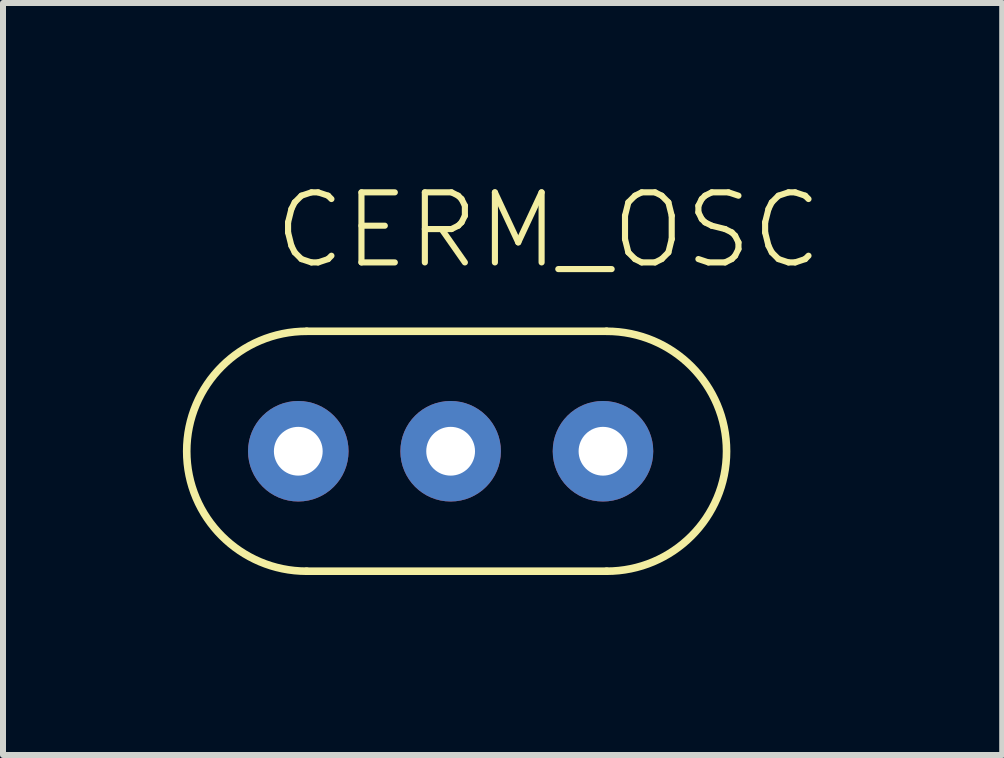
<source format=kicad_pcb>
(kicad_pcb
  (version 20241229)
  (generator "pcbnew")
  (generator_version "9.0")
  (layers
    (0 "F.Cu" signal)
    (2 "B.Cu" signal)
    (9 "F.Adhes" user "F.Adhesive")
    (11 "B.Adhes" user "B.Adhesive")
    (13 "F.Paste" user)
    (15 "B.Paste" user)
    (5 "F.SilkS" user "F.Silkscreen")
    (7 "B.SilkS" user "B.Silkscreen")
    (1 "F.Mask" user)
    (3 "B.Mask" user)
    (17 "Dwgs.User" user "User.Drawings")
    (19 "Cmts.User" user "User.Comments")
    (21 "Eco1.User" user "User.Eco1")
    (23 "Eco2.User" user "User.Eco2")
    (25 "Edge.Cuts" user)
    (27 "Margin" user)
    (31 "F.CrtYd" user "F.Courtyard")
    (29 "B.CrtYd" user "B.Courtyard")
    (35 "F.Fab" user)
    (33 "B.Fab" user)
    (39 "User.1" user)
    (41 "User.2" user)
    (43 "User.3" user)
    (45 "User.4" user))
  (footprint "CERM_OSC"
    (layer "F.Cu")
    (at 4.463 4.473)
    (property "Reference" "CERM_OSC" (at -3 -3 0) (unlocked yes) (layer "F.SilkS") (effects (font (size 1.168 1.168) (thickness 0.102)) (justify left bottom)))
    (fp_line (start -2.4 -2) (end 2.6 -2) (stroke (width 0.127) (type solid)) (layer "F.SilkS"))
    (fp_line (start 2.6 2) (end -2.4 2) (stroke (width 0.127) (type solid)) (layer "F.SilkS"))
    (fp_arc (start -2.4 2) (mid -4.4 0) (end -2.4 -2) (stroke (width 0.127) (type solid)) (layer "F.SilkS"))
    (fp_arc (start 2.6 -2) (mid 4.6 0) (end 2.6 2) (stroke (width 0.127) (type solid)) (layer "F.SilkS"))
    (pad "P$1" thru_hole circle (at -2.54 0) (size 1.676 1.676) (drill 0.813) (layers "*.Cu" "*.Mask"))
    (pad "P$2" thru_hole circle (at 0 0) (size 1.676 1.676) (drill 0.813) (layers "*.Cu" "*.Mask"))
    (pad "P$3" thru_hole circle (at 2.54 0) (size 1.676 1.676) (drill 0.813) (layers "*.Cu" "*.Mask")))
  (gr_rect
    (start -3 -3)
    (end 13.659 9.537)
    (stroke (width 0.1) (type default))
    (fill no)
    (layer "Edge.Cuts")))
</source>
